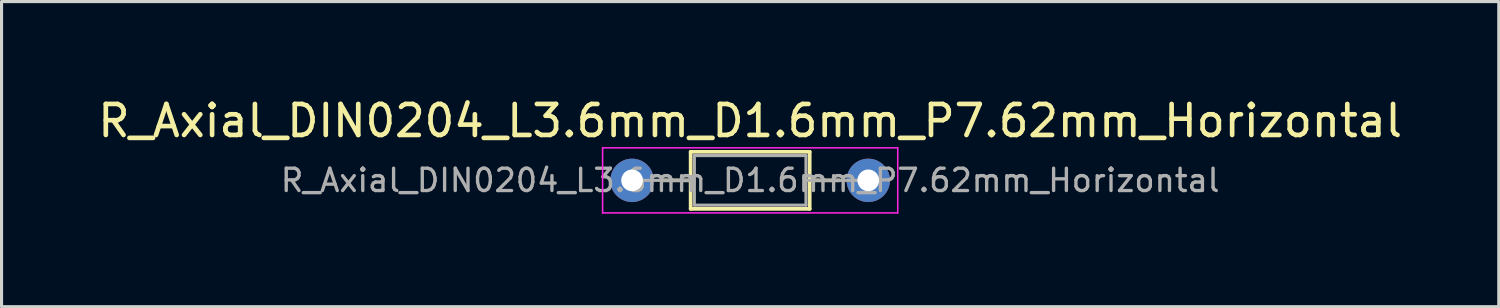
<source format=kicad_pcb>
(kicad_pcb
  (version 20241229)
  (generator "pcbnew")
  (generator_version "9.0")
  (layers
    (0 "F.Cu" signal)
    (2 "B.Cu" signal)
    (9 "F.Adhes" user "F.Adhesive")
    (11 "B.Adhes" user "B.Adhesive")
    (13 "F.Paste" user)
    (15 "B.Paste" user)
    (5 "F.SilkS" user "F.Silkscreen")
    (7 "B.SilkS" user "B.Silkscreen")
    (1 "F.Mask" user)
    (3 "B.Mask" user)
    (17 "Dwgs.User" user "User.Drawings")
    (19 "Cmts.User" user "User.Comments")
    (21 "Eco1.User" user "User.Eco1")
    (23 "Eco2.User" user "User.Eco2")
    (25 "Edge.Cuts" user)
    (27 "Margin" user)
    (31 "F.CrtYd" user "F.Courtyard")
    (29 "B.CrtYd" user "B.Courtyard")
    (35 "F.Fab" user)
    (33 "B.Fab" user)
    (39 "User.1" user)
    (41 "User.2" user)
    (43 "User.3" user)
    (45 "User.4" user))
  (footprint "R_Axial_DIN0204_L3.6mm_D1.6mm_P7.62mm_Horizontal"
    (layer "F.Cu")
    (at 17.339 2.768)
    (property "Reference" "R_Axial_DIN0204_L3.6mm_D1.6mm_P7.62mm_Horizontal" (at 3.81 -1.92 180) (layer "F.SilkS") (effects (font (size 1 1) (thickness 0.15))))
    (attr through_hole)
    (fp_line (start 0.94 0) (end 1.89 0) (stroke (width 0.12) (type solid)) (layer "F.SilkS"))
    (fp_line (start 1.89 -0.92) (end 1.89 0.92) (stroke (width 0.12) (type solid)) (layer "F.SilkS"))
    (fp_line (start 1.89 0.92) (end 5.73 0.92) (stroke (width 0.12) (type solid)) (layer "F.SilkS"))
    (fp_line (start 5.73 -0.92) (end 1.89 -0.92) (stroke (width 0.12) (type solid)) (layer "F.SilkS"))
    (fp_line (start 5.73 0.92) (end 5.73 -0.92) (stroke (width 0.12) (type solid)) (layer "F.SilkS"))
    (fp_line (start 6.68 0) (end 5.73 0) (stroke (width 0.12) (type solid)) (layer "F.SilkS"))
    (fp_line (start -0.95 -1.05) (end -0.95 1.05) (stroke (width 0.05) (type solid)) (layer "F.CrtYd"))
    (fp_line (start -0.95 1.05) (end 8.57 1.05) (stroke (width 0.05) (type solid)) (layer "F.CrtYd"))
    (fp_line (start 8.57 -1.05) (end -0.95 -1.05) (stroke (width 0.05) (type solid)) (layer "F.CrtYd"))
    (fp_line (start 8.57 1.05) (end 8.57 -1.05) (stroke (width 0.05) (type solid)) (layer "F.CrtYd"))
    (fp_line (start 0 0) (end 2.01 0) (stroke (width 0.1) (type solid)) (layer "F.Fab"))
    (fp_line (start 2.01 -0.8) (end 2.01 0.8) (stroke (width 0.1) (type solid)) (layer "F.Fab"))
    (fp_line (start 2.01 0.8) (end 5.61 0.8) (stroke (width 0.1) (type solid)) (layer "F.Fab"))
    (fp_line (start 5.61 -0.8) (end 2.01 -0.8) (stroke (width 0.1) (type solid)) (layer "F.Fab"))
    (fp_line (start 5.61 0.8) (end 5.61 -0.8) (stroke (width 0.1) (type solid)) (layer "F.Fab"))
    (fp_line (start 7.62 0) (end 5.61 0) (stroke (width 0.1) (type solid)) (layer "F.Fab"))
    (fp_text user "${REFERENCE}" (at 3.81 0 180) (layer "F.Fab") (effects (font (size 0.72 0.72) (thickness 0.108))))
    (pad "1" thru_hole circle (at 0 0) (size 1.4 1.4) (drill 0.7) (layers "*.Cu" "*.Mask"))
    (pad "2" thru_hole oval (at 7.62 0) (size 1.4 1.4) (drill 0.7) (layers "*.Cu" "*.Mask")))
  (gr_rect
    (start -3 -3)
    (end 45.298 6.843)
    (stroke (width 0.1) (type default))
    (fill no)
    (layer "Edge.Cuts")))
</source>
